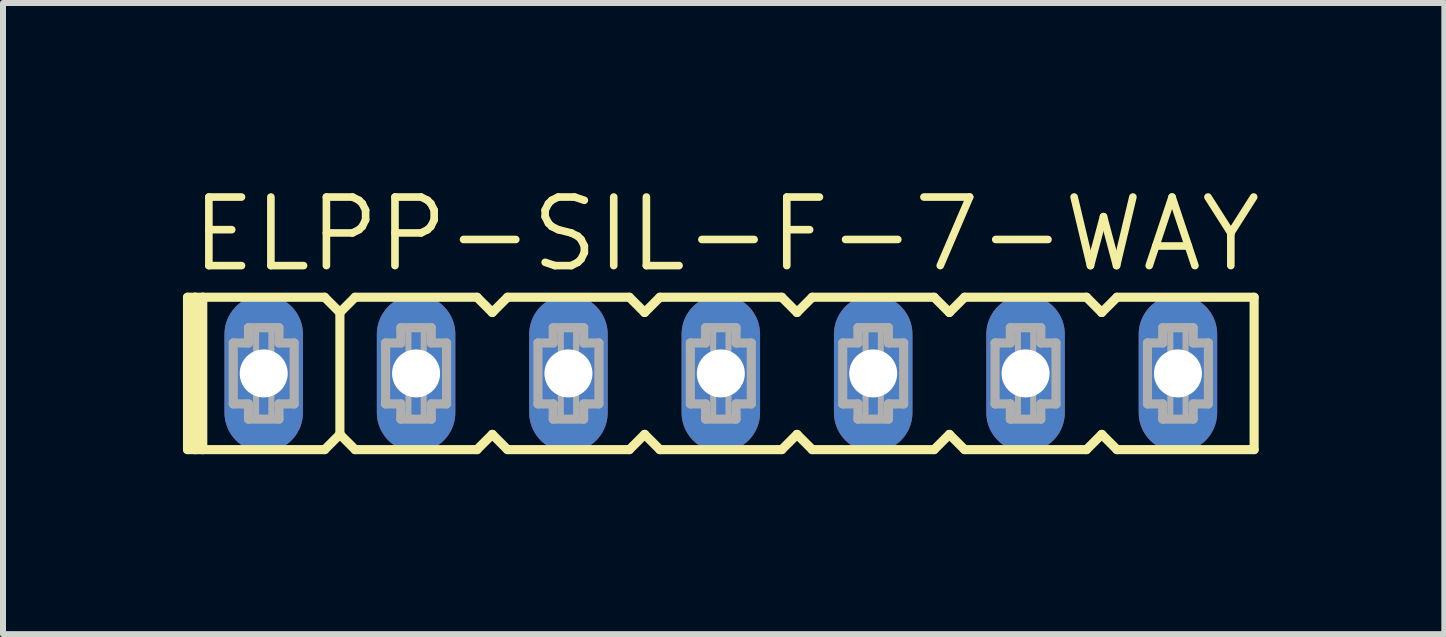
<source format=kicad_pcb>
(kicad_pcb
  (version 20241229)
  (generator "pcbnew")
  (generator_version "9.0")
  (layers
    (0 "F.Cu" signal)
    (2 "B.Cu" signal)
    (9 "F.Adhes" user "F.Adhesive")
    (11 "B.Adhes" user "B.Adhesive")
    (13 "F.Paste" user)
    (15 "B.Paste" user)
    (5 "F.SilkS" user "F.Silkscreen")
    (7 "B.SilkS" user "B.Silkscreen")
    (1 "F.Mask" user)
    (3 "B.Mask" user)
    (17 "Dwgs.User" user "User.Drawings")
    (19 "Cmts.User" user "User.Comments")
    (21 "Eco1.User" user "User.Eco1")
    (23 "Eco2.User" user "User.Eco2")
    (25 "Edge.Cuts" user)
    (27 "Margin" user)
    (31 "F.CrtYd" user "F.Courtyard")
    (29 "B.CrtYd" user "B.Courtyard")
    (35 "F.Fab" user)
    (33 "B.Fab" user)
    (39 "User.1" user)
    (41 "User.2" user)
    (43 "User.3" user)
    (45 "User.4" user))
  (footprint "ELPP-SIL-F-7-WAY"
    (layer "F.Cu")
    (at 8.966 3.175)
    (property "Reference" "ELPP-SIL-F-7-WAY" (at -8.89 -1.651 0) (unlocked yes) (layer "F.SilkS") (effects (font (size 1.143 1.143) (thickness 0.127)) (justify left bottom)))
    (fp_line (start -8.89 -1.27) (end -8.89 1.27) (stroke (width 0.152) (type solid)) (layer "F.SilkS"))
    (fp_line (start -8.89 1.27) (end -8.763 1.27) (stroke (width 0.152) (type solid)) (layer "F.SilkS"))
    (fp_line (start -8.763 -1.27) (end -8.89 -1.27) (stroke (width 0.152) (type solid)) (layer "F.SilkS"))
    (fp_line (start -8.763 -1.27) (end -8.763 1.27) (stroke (width 0.152) (type solid)) (layer "F.SilkS"))
    (fp_line (start -8.763 1.27) (end -8.636 1.27) (stroke (width 0.152) (type solid)) (layer "F.SilkS"))
    (fp_line (start -8.636 -1.27) (end -8.763 -1.27) (stroke (width 0.152) (type solid)) (layer "F.SilkS"))
    (fp_line (start -8.636 -1.27) (end -8.636 1.27) (stroke (width 0.152) (type solid)) (layer "F.SilkS"))
    (fp_line (start -8.636 1.27) (end -6.604 1.27) (stroke (width 0.152) (type solid)) (layer "F.SilkS"))
    (fp_line (start -6.604 -1.27) (end -8.636 -1.27) (stroke (width 0.152) (type solid)) (layer "F.SilkS"))
    (fp_line (start -6.604 1.27) (end -6.35 1.016) (stroke (width 0.152) (type solid)) (layer "F.SilkS"))
    (fp_line (start -6.35 -1.016) (end -6.604 -1.27) (stroke (width 0.152) (type solid)) (layer "F.SilkS"))
    (fp_line (start -6.35 -1.016) (end -6.35 1.016) (stroke (width 0.152) (type solid)) (layer "F.SilkS"))
    (fp_line (start -6.35 1.016) (end -6.096 1.27) (stroke (width 0.152) (type solid)) (layer "F.SilkS"))
    (fp_line (start -6.096 -1.27) (end -6.35 -1.016) (stroke (width 0.152) (type solid)) (layer "F.SilkS"))
    (fp_line (start -6.096 1.27) (end -4.064 1.27) (stroke (width 0.152) (type solid)) (layer "F.SilkS"))
    (fp_line (start -4.064 -1.27) (end -6.096 -1.27) (stroke (width 0.152) (type solid)) (layer "F.SilkS"))
    (fp_line (start -4.064 1.27) (end -3.81 1.016) (stroke (width 0.152) (type solid)) (layer "F.SilkS"))
    (fp_line (start -3.81 -1.016) (end -4.064 -1.27) (stroke (width 0.152) (type solid)) (layer "F.SilkS"))
    (fp_line (start -3.81 1.016) (end -3.556 1.27) (stroke (width 0.152) (type solid)) (layer "F.SilkS"))
    (fp_line (start -3.556 -1.27) (end -3.81 -1.016) (stroke (width 0.152) (type solid)) (layer "F.SilkS"))
    (fp_line (start -3.556 1.27) (end -1.524 1.27) (stroke (width 0.152) (type solid)) (layer "F.SilkS"))
    (fp_line (start -1.524 -1.27) (end -3.556 -1.27) (stroke (width 0.152) (type solid)) (layer "F.SilkS"))
    (fp_line (start -1.524 1.27) (end -1.27 1.016) (stroke (width 0.152) (type solid)) (layer "F.SilkS"))
    (fp_line (start -1.27 -1.016) (end -1.524 -1.27) (stroke (width 0.152) (type solid)) (layer "F.SilkS"))
    (fp_line (start -1.27 1.016) (end -1.016 1.27) (stroke (width 0.152) (type solid)) (layer "F.SilkS"))
    (fp_line (start -1.016 -1.27) (end -1.27 -1.016) (stroke (width 0.152) (type solid)) (layer "F.SilkS"))
    (fp_line (start -1.016 1.27) (end 1.016 1.27) (stroke (width 0.152) (type solid)) (layer "F.SilkS"))
    (fp_line (start 1.016 -1.27) (end -1.016 -1.27) (stroke (width 0.152) (type solid)) (layer "F.SilkS"))
    (fp_line (start 1.016 1.27) (end 1.27 1.016) (stroke (width 0.152) (type solid)) (layer "F.SilkS"))
    (fp_line (start 1.27 -1.016) (end 1.016 -1.27) (stroke (width 0.152) (type solid)) (layer "F.SilkS"))
    (fp_line (start 1.27 1.016) (end 1.524 1.27) (stroke (width 0.152) (type solid)) (layer "F.SilkS"))
    (fp_line (start 1.524 -1.27) (end 1.27 -1.016) (stroke (width 0.152) (type solid)) (layer "F.SilkS"))
    (fp_line (start 1.524 1.27) (end 3.556 1.27) (stroke (width 0.152) (type solid)) (layer "F.SilkS"))
    (fp_line (start 3.556 -1.27) (end 1.524 -1.27) (stroke (width 0.152) (type solid)) (layer "F.SilkS"))
    (fp_line (start 3.556 1.27) (end 3.81 1.016) (stroke (width 0.152) (type solid)) (layer "F.SilkS"))
    (fp_line (start 3.81 -1.016) (end 3.556 -1.27) (stroke (width 0.152) (type solid)) (layer "F.SilkS"))
    (fp_line (start 3.81 1.016) (end 4.064 1.27) (stroke (width 0.152) (type solid)) (layer "F.SilkS"))
    (fp_line (start 4.064 -1.27) (end 3.81 -1.016) (stroke (width 0.152) (type solid)) (layer "F.SilkS"))
    (fp_line (start 4.064 1.27) (end 6.096 1.27) (stroke (width 0.152) (type solid)) (layer "F.SilkS"))
    (fp_line (start 6.096 -1.27) (end 4.064 -1.27) (stroke (width 0.152) (type solid)) (layer "F.SilkS"))
    (fp_line (start 6.096 1.27) (end 6.35 1.016) (stroke (width 0.152) (type solid)) (layer "F.SilkS"))
    (fp_line (start 6.35 -1.016) (end 6.096 -1.27) (stroke (width 0.152) (type solid)) (layer "F.SilkS"))
    (fp_line (start 6.35 1.016) (end 6.604 1.27) (stroke (width 0.152) (type solid)) (layer "F.SilkS"))
    (fp_line (start 6.604 -1.27) (end 6.35 -1.016) (stroke (width 0.152) (type solid)) (layer "F.SilkS"))
    (fp_line (start 6.604 1.27) (end 8.89 1.27) (stroke (width 0.152) (type solid)) (layer "F.SilkS"))
    (fp_line (start 8.89 -1.27) (end 6.604 -1.27) (stroke (width 0.152) (type solid)) (layer "F.SilkS"))
    (fp_line (start 8.89 1.27) (end 8.89 -1.27) (stroke (width 0.152) (type solid)) (layer "F.SilkS"))
    (fp_line (start -8.128 -0.508) (end -8.128 0.508) (stroke (width 0.152) (type solid)) (layer "F.Fab"))
    (fp_line (start -8.128 0.508) (end -7.874 0.508) (stroke (width 0.152) (type solid)) (layer "F.Fab"))
    (fp_line (start -7.874 -0.762) (end -7.874 -0.508) (stroke (width 0.152) (type solid)) (layer "F.Fab"))
    (fp_line (start -7.874 -0.508) (end -8.128 -0.508) (stroke (width 0.152) (type solid)) (layer "F.Fab"))
    (fp_line (start -7.874 0.508) (end -7.874 0.762) (stroke (width 0.152) (type solid)) (layer "F.Fab"))
    (fp_line (start -7.874 0.762) (end -7.366 0.762) (stroke (width 0.152) (type solid)) (layer "F.Fab"))
    (fp_line (start -7.366 -0.762) (end -7.874 -0.762) (stroke (width 0.152) (type solid)) (layer "F.Fab"))
    (fp_line (start -7.366 -0.508) (end -7.366 -0.762) (stroke (width 0.152) (type solid)) (layer "F.Fab"))
    (fp_line (start -7.366 0.508) (end -7.112 0.508) (stroke (width 0.152) (type solid)) (layer "F.Fab"))
    (fp_line (start -7.366 0.762) (end -7.366 0.508) (stroke (width 0.152) (type solid)) (layer "F.Fab"))
    (fp_line (start -7.112 -0.508) (end -7.366 -0.508) (stroke (width 0.152) (type solid)) (layer "F.Fab"))
    (fp_line (start -7.112 0.508) (end -7.112 -0.508) (stroke (width 0.152) (type solid)) (layer "F.Fab"))
    (fp_line (start -5.588 -0.508) (end -5.588 0.508) (stroke (width 0.152) (type solid)) (layer "F.Fab"))
    (fp_line (start -5.588 0.508) (end -5.334 0.508) (stroke (width 0.152) (type solid)) (layer "F.Fab"))
    (fp_line (start -5.334 -0.762) (end -5.334 -0.508) (stroke (width 0.152) (type solid)) (layer "F.Fab"))
    (fp_line (start -5.334 -0.508) (end -5.588 -0.508) (stroke (width 0.152) (type solid)) (layer "F.Fab"))
    (fp_line (start -5.334 0.508) (end -5.334 0.762) (stroke (width 0.152) (type solid)) (layer "F.Fab"))
    (fp_line (start -5.334 0.762) (end -4.826 0.762) (stroke (width 0.152) (type solid)) (layer "F.Fab"))
    (fp_line (start -4.826 -0.762) (end -5.334 -0.762) (stroke (width 0.152) (type solid)) (layer "F.Fab"))
    (fp_line (start -4.826 -0.508) (end -4.826 -0.762) (stroke (width 0.152) (type solid)) (layer "F.Fab"))
    (fp_line (start -4.826 0.508) (end -4.572 0.508) (stroke (width 0.152) (type solid)) (layer "F.Fab"))
    (fp_line (start -4.826 0.762) (end -4.826 0.508) (stroke (width 0.152) (type solid)) (layer "F.Fab"))
    (fp_line (start -4.572 -0.508) (end -4.826 -0.508) (stroke (width 0.152) (type solid)) (layer "F.Fab"))
    (fp_line (start -4.572 0.508) (end -4.572 -0.508) (stroke (width 0.152) (type solid)) (layer "F.Fab"))
    (fp_line (start -3.048 -0.508) (end -3.048 0.508) (stroke (width 0.152) (type solid)) (layer "F.Fab"))
    (fp_line (start -3.048 0.508) (end -2.794 0.508) (stroke (width 0.152) (type solid)) (layer "F.Fab"))
    (fp_line (start -2.794 -0.762) (end -2.794 -0.508) (stroke (width 0.152) (type solid)) (layer "F.Fab"))
    (fp_line (start -2.794 -0.508) (end -3.048 -0.508) (stroke (width 0.152) (type solid)) (layer "F.Fab"))
    (fp_line (start -2.794 0.508) (end -2.794 0.762) (stroke (width 0.152) (type solid)) (layer "F.Fab"))
    (fp_line (start -2.794 0.762) (end -2.286 0.762) (stroke (width 0.152) (type solid)) (layer "F.Fab"))
    (fp_line (start -2.286 -0.762) (end -2.794 -0.762) (stroke (width 0.152) (type solid)) (layer "F.Fab"))
    (fp_line (start -2.286 -0.508) (end -2.286 -0.762) (stroke (width 0.152) (type solid)) (layer "F.Fab"))
    (fp_line (start -2.286 0.508) (end -2.032 0.508) (stroke (width 0.152) (type solid)) (layer "F.Fab"))
    (fp_line (start -2.286 0.762) (end -2.286 0.508) (stroke (width 0.152) (type solid)) (layer "F.Fab"))
    (fp_line (start -2.032 -0.508) (end -2.286 -0.508) (stroke (width 0.152) (type solid)) (layer "F.Fab"))
    (fp_line (start -2.032 0.508) (end -2.032 -0.508) (stroke (width 0.152) (type solid)) (layer "F.Fab"))
    (fp_line (start -0.508 -0.508) (end -0.508 0.508) (stroke (width 0.152) (type solid)) (layer "F.Fab"))
    (fp_line (start -0.508 0.508) (end -0.254 0.508) (stroke (width 0.152) (type solid)) (layer "F.Fab"))
    (fp_line (start -0.254 -0.762) (end -0.254 -0.508) (stroke (width 0.152) (type solid)) (layer "F.Fab"))
    (fp_line (start -0.254 -0.508) (end -0.508 -0.508) (stroke (width 0.152) (type solid)) (layer "F.Fab"))
    (fp_line (start -0.254 0.508) (end -0.254 0.762) (stroke (width 0.152) (type solid)) (layer "F.Fab"))
    (fp_line (start -0.254 0.762) (end 0.254 0.762) (stroke (width 0.152) (type solid)) (layer "F.Fab"))
    (fp_line (start 0.254 -0.762) (end -0.254 -0.762) (stroke (width 0.152) (type solid)) (layer "F.Fab"))
    (fp_line (start 0.254 -0.508) (end 0.254 -0.762) (stroke (width 0.152) (type solid)) (layer "F.Fab"))
    (fp_line (start 0.254 0.508) (end 0.508 0.508) (stroke (width 0.152) (type solid)) (layer "F.Fab"))
    (fp_line (start 0.254 0.762) (end 0.254 0.508) (stroke (width 0.152) (type solid)) (layer "F.Fab"))
    (fp_line (start 0.508 -0.508) (end 0.254 -0.508) (stroke (width 0.152) (type solid)) (layer "F.Fab"))
    (fp_line (start 0.508 0.508) (end 0.508 -0.508) (stroke (width 0.152) (type solid)) (layer "F.Fab"))
    (fp_line (start 2.032 -0.508) (end 2.032 0.508) (stroke (width 0.152) (type solid)) (layer "F.Fab"))
    (fp_line (start 2.032 0.508) (end 2.286 0.508) (stroke (width 0.152) (type solid)) (layer "F.Fab"))
    (fp_line (start 2.286 -0.762) (end 2.286 -0.508) (stroke (width 0.152) (type solid)) (layer "F.Fab"))
    (fp_line (start 2.286 -0.508) (end 2.032 -0.508) (stroke (width 0.152) (type solid)) (layer "F.Fab"))
    (fp_line (start 2.286 0.508) (end 2.286 0.762) (stroke (width 0.152) (type solid)) (layer "F.Fab"))
    (fp_line (start 2.286 0.762) (end 2.794 0.762) (stroke (width 0.152) (type solid)) (layer "F.Fab"))
    (fp_line (start 2.794 -0.762) (end 2.286 -0.762) (stroke (width 0.152) (type solid)) (layer "F.Fab"))
    (fp_line (start 2.794 -0.508) (end 2.794 -0.762) (stroke (width 0.152) (type solid)) (layer "F.Fab"))
    (fp_line (start 2.794 0.508) (end 3.048 0.508) (stroke (width 0.152) (type solid)) (layer "F.Fab"))
    (fp_line (start 2.794 0.762) (end 2.794 0.508) (stroke (width 0.152) (type solid)) (layer "F.Fab"))
    (fp_line (start 3.048 -0.508) (end 2.794 -0.508) (stroke (width 0.152) (type solid)) (layer "F.Fab"))
    (fp_line (start 3.048 0.508) (end 3.048 -0.508) (stroke (width 0.152) (type solid)) (layer "F.Fab"))
    (fp_line (start 4.572 -0.508) (end 4.572 0.508) (stroke (width 0.152) (type solid)) (layer "F.Fab"))
    (fp_line (start 4.572 0.508) (end 4.826 0.508) (stroke (width 0.152) (type solid)) (layer "F.Fab"))
    (fp_line (start 4.826 -0.762) (end 4.826 -0.508) (stroke (width 0.152) (type solid)) (layer "F.Fab"))
    (fp_line (start 4.826 -0.508) (end 4.572 -0.508) (stroke (width 0.152) (type solid)) (layer "F.Fab"))
    (fp_line (start 4.826 0.508) (end 4.826 0.762) (stroke (width 0.152) (type solid)) (layer "F.Fab"))
    (fp_line (start 4.826 0.762) (end 5.334 0.762) (stroke (width 0.152) (type solid)) (layer "F.Fab"))
    (fp_line (start 5.334 -0.762) (end 4.826 -0.762) (stroke (width 0.152) (type solid)) (layer "F.Fab"))
    (fp_line (start 5.334 -0.508) (end 5.334 -0.762) (stroke (width 0.152) (type solid)) (layer "F.Fab"))
    (fp_line (start 5.334 0.508) (end 5.588 0.508) (stroke (width 0.152) (type solid)) (layer "F.Fab"))
    (fp_line (start 5.334 0.762) (end 5.334 0.508) (stroke (width 0.152) (type solid)) (layer "F.Fab"))
    (fp_line (start 5.588 -0.508) (end 5.334 -0.508) (stroke (width 0.152) (type solid)) (layer "F.Fab"))
    (fp_line (start 5.588 0.508) (end 5.588 -0.508) (stroke (width 0.152) (type solid)) (layer "F.Fab"))
    (fp_line (start 7.112 -0.508) (end 7.112 0.508) (stroke (width 0.152) (type solid)) (layer "F.Fab"))
    (fp_line (start 7.112 0.508) (end 7.366 0.508) (stroke (width 0.152) (type solid)) (layer "F.Fab"))
    (fp_line (start 7.366 -0.762) (end 7.366 -0.508) (stroke (width 0.152) (type solid)) (layer "F.Fab"))
    (fp_line (start 7.366 -0.508) (end 7.112 -0.508) (stroke (width 0.152) (type solid)) (layer "F.Fab"))
    (fp_line (start 7.366 0.508) (end 7.366 0.762) (stroke (width 0.152) (type solid)) (layer "F.Fab"))
    (fp_line (start 7.366 0.762) (end 7.874 0.762) (stroke (width 0.152) (type solid)) (layer "F.Fab"))
    (fp_line (start 7.874 -0.762) (end 7.366 -0.762) (stroke (width 0.152) (type solid)) (layer "F.Fab"))
    (fp_line (start 7.874 -0.508) (end 7.874 -0.762) (stroke (width 0.152) (type solid)) (layer "F.Fab"))
    (fp_line (start 7.874 0.508) (end 8.128 0.508) (stroke (width 0.152) (type solid)) (layer "F.Fab"))
    (fp_line (start 7.874 0.762) (end 7.874 0.508) (stroke (width 0.152) (type solid)) (layer "F.Fab"))
    (fp_line (start 8.128 -0.508) (end 7.874 -0.508) (stroke (width 0.152) (type solid)) (layer "F.Fab"))
    (fp_line (start 8.128 0.508) (end 8.128 -0.508) (stroke (width 0.152) (type solid)) (layer "F.Fab"))
    (fp_poly (pts (xy -7.747 -0.254) (xy -7.493 -0.254) (xy -7.493 -0.762) (xy -7.747 -0.762)) (stroke (width 0.1) (type default)) (fill no) (layer "F.Fab"))
    (fp_poly (pts (xy -7.747 0.762) (xy -7.493 0.762) (xy -7.493 0.254) (xy -7.747 0.254)) (stroke (width 0.1) (type default)) (fill no) (layer "F.Fab"))
    (fp_poly (pts (xy -5.207 -0.254) (xy -4.953 -0.254) (xy -4.953 -0.762) (xy -5.207 -0.762)) (stroke (width 0.1) (type default)) (fill no) (layer "F.Fab"))
    (fp_poly (pts (xy -5.207 0.762) (xy -4.953 0.762) (xy -4.953 0.254) (xy -5.207 0.254)) (stroke (width 0.1) (type default)) (fill no) (layer "F.Fab"))
    (fp_poly (pts (xy -2.667 -0.254) (xy -2.413 -0.254) (xy -2.413 -0.762) (xy -2.667 -0.762)) (stroke (width 0.1) (type default)) (fill no) (layer "F.Fab"))
    (fp_poly (pts (xy -2.667 0.762) (xy -2.413 0.762) (xy -2.413 0.254) (xy -2.667 0.254)) (stroke (width 0.1) (type default)) (fill no) (layer "F.Fab"))
    (fp_poly (pts (xy -0.127 -0.254) (xy 0.127 -0.254) (xy 0.127 -0.762) (xy -0.127 -0.762)) (stroke (width 0.1) (type default)) (fill no) (layer "F.Fab"))
    (fp_poly (pts (xy -0.127 0.762) (xy 0.127 0.762) (xy 0.127 0.254) (xy -0.127 0.254)) (stroke (width 0.1) (type default)) (fill no) (layer "F.Fab"))
    (fp_poly (pts (xy 2.413 -0.254) (xy 2.667 -0.254) (xy 2.667 -0.762) (xy 2.413 -0.762)) (stroke (width 0.1) (type default)) (fill no) (layer "F.Fab"))
    (fp_poly (pts (xy 2.413 0.762) (xy 2.667 0.762) (xy 2.667 0.254) (xy 2.413 0.254)) (stroke (width 0.1) (type default)) (fill no) (layer "F.Fab"))
    (fp_poly (pts (xy 4.953 -0.254) (xy 5.207 -0.254) (xy 5.207 -0.762) (xy 4.953 -0.762)) (stroke (width 0.1) (type default)) (fill no) (layer "F.Fab"))
    (fp_poly (pts (xy 4.953 0.762) (xy 5.207 0.762) (xy 5.207 0.254) (xy 4.953 0.254)) (stroke (width 0.1) (type default)) (fill no) (layer "F.Fab"))
    (fp_poly (pts (xy 7.493 -0.254) (xy 7.747 -0.254) (xy 7.747 -0.762) (xy 7.493 -0.762)) (stroke (width 0.1) (type default)) (fill no) (layer "F.Fab"))
    (fp_poly (pts (xy 7.493 0.762) (xy 7.747 0.762) (xy 7.747 0.254) (xy 7.493 0.254)) (stroke (width 0.1) (type default)) (fill no) (layer "F.Fab"))
    (pad "1" thru_hole oval (at -7.62 0 90) (size 2.616 1.308) (drill 0.8) (layers "*.Cu" "*.Mask"))
    (pad "2" thru_hole oval (at -5.08 0 90) (size 2.616 1.308) (drill 0.8) (layers "*.Cu" "*.Mask"))
    (pad "3" thru_hole oval (at -2.54 0 90) (size 2.616 1.308) (drill 0.8) (layers "*.Cu" "*.Mask"))
    (pad "4" thru_hole oval (at 0 0 90) (size 2.616 1.308) (drill 0.8) (layers "*.Cu" "*.Mask"))
    (pad "5" thru_hole oval (at 2.54 0 90) (size 2.616 1.308) (drill 0.8) (layers "*.Cu" "*.Mask"))
    (pad "6" thru_hole oval (at 5.08 0 90) (size 2.616 1.308) (drill 0.8) (layers "*.Cu" "*.Mask"))
    (pad "7" thru_hole oval (at 7.62 0 90) (size 2.616 1.308) (drill 0.8) (layers "*.Cu" "*.Mask")))
  (gr_rect
    (start -3 -3)
    (end 21.027 7.521)
    (stroke (width 0.1) (type default))
    (fill no)
    (layer "Edge.Cuts")))
</source>
